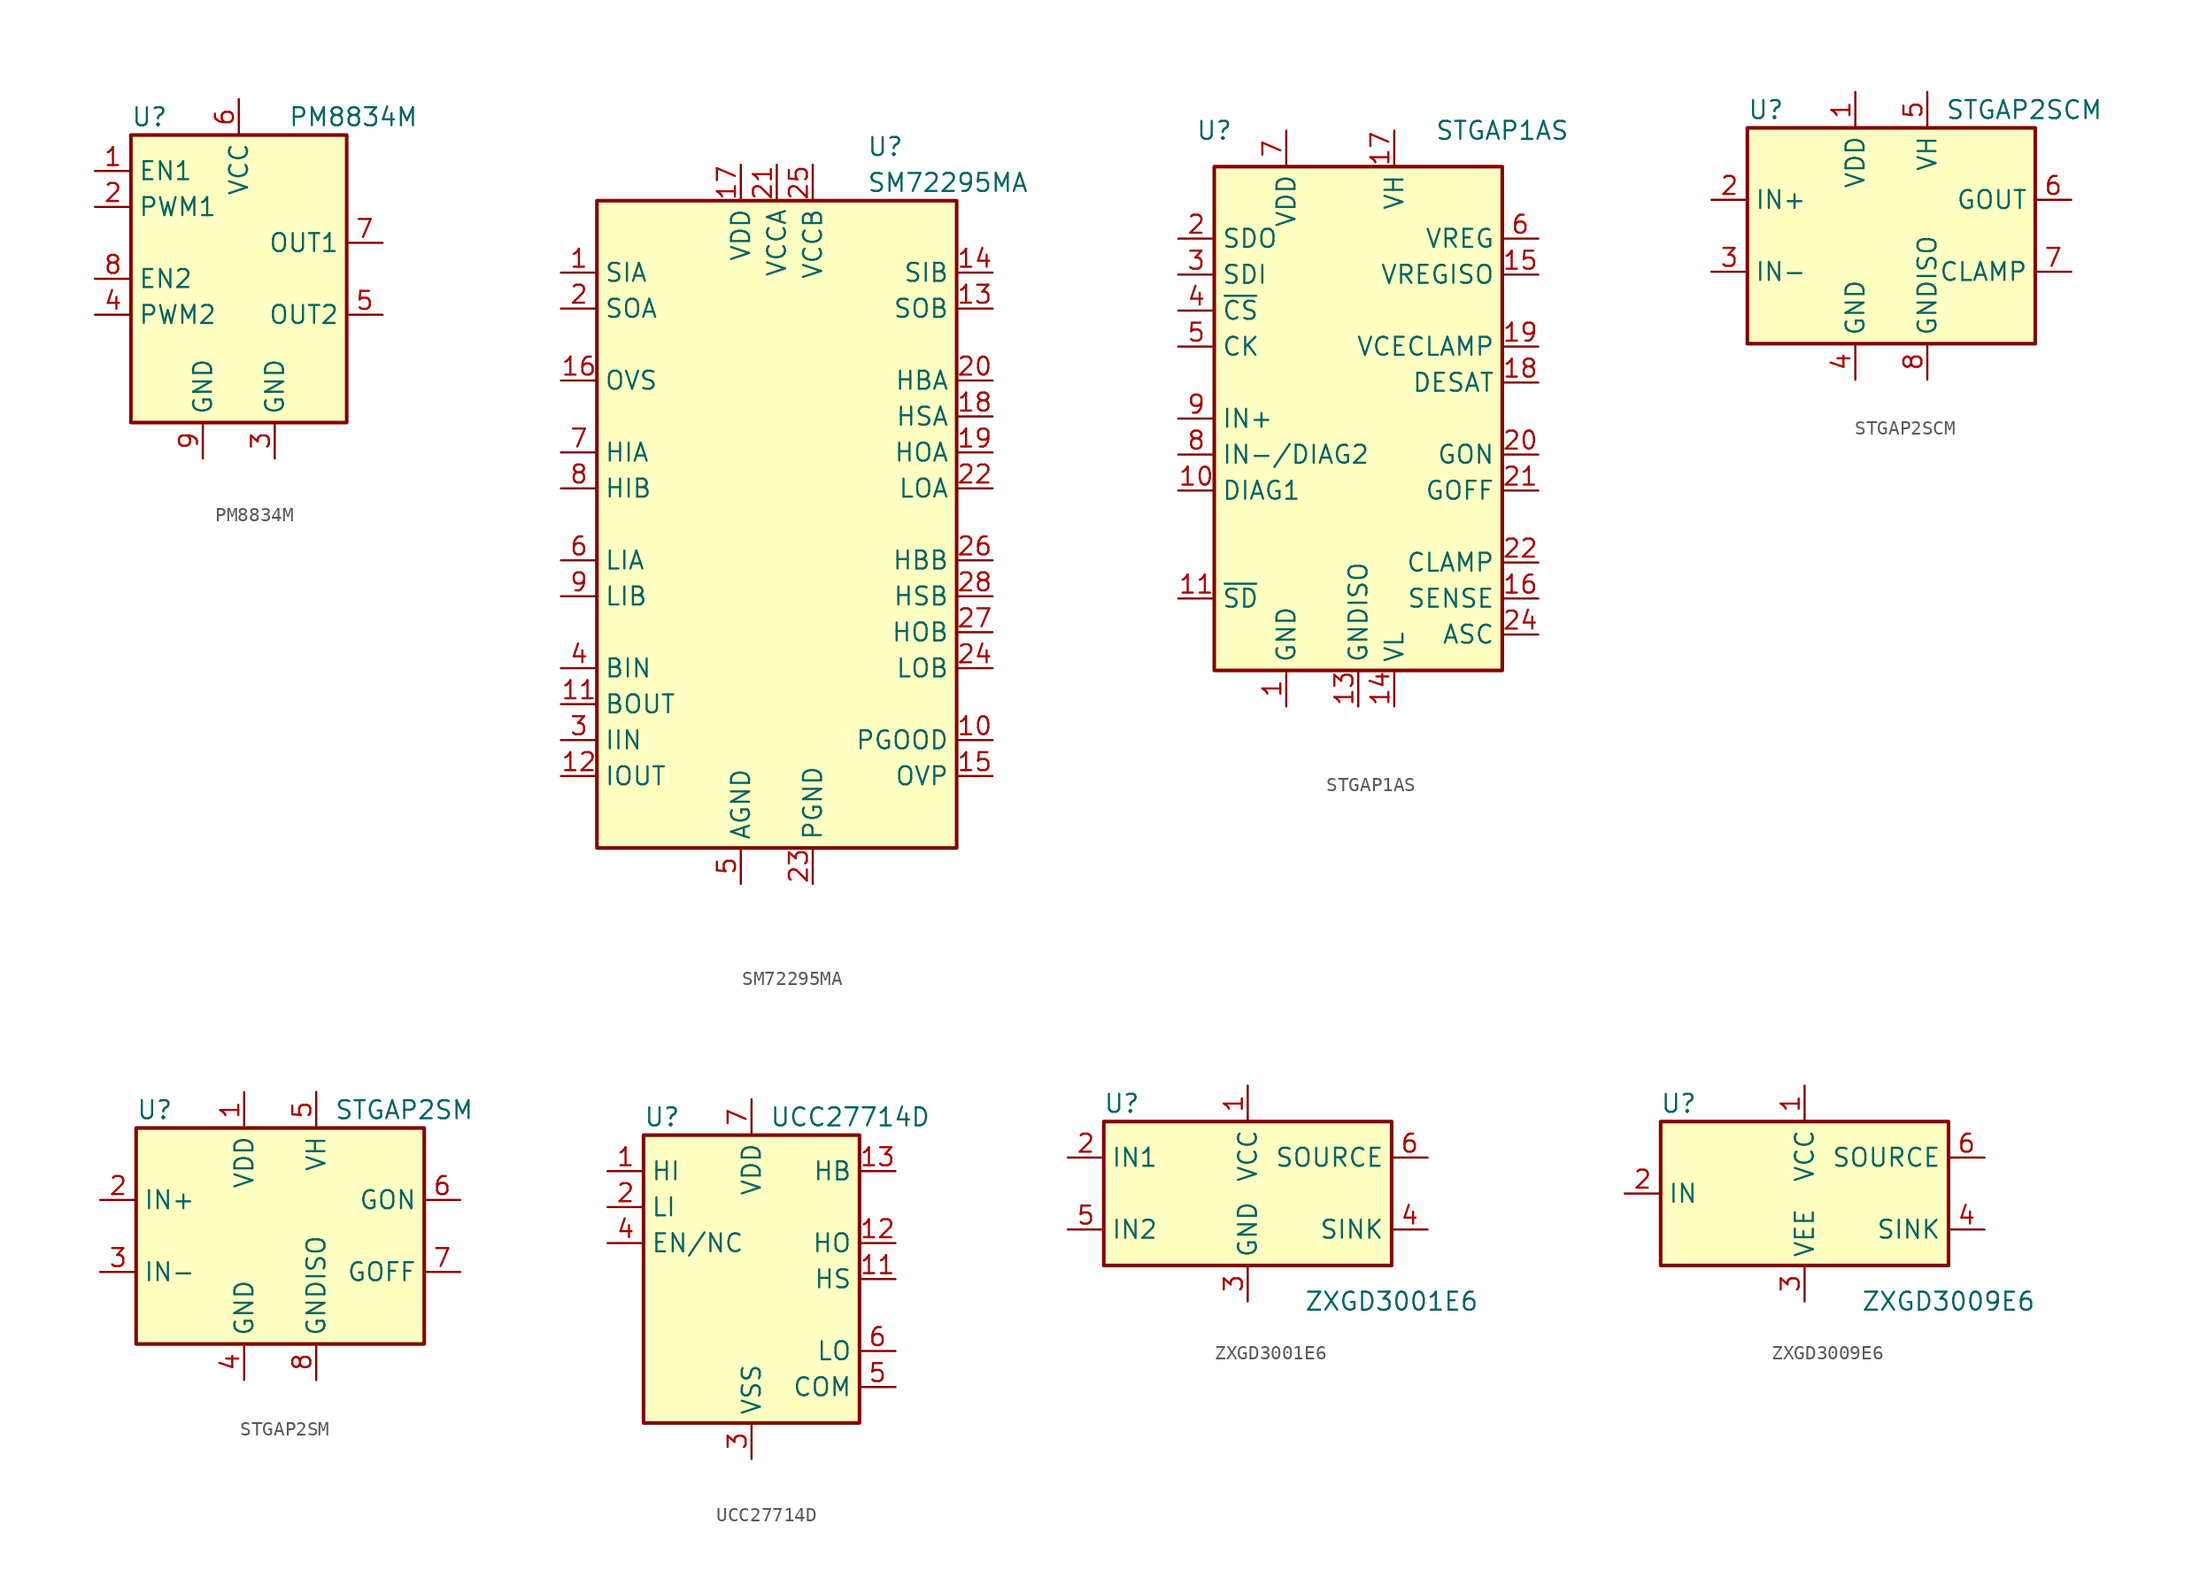
<source format=kicad_sym>
(kicad_symbol_lib
  (version 20201005)
  (generator kicad_symbol_editor)
  (symbol "Driver_FET:PM8834M"
    (property "Reference" "U"
      (at -7.62 11.43 0)
      (effects (font (size 1.27 1.27)) (justify left)))
    (property "Value" "PM8834M"
      (at 12.7 11.43 0)
      (effects (font (size 1.27 1.27)) (justify right)))
    (symbol "PM8834M_0_1"
      (rectangle (start -7.62 -10.16) (end 7.62 10.16) (stroke (width 0.254)) (fill (type background))))
    (symbol "PM8834M_1_1"
      (pin input line (at -10.16 7.62 0) (length 2.54) (name "EN1" (effects (font (size 1.27 1.27)))) (number "1" (effects (font (size 1.27 1.27)))))
      (pin input line (at -10.16 5.08 0) (length 2.54) (name "PWM1" (effects (font (size 1.27 1.27)))) (number "2" (effects (font (size 1.27 1.27)))))
      (pin power_in line (at 2.54 -12.7 90) (length 2.54) (name "GND" (effects (font (size 1.27 1.27)))) (number "3" (effects (font (size 1.27 1.27)))))
      (pin input line (at -10.16 -2.54 0) (length 2.54) (name "PWM2" (effects (font (size 1.27 1.27)))) (number "4" (effects (font (size 1.27 1.27)))))
      (pin output line (at 10.16 -2.54 180) (length 2.54) (name "OUT2" (effects (font (size 1.27 1.27)))) (number "5" (effects (font (size 1.27 1.27)))))
      (pin power_in line (at 0 12.7 270) (length 2.54) (name "VCC" (effects (font (size 1.27 1.27)))) (number "6" (effects (font (size 1.27 1.27)))))
      (pin output line (at 10.16 2.54 180) (length 2.54) (name "OUT1" (effects (font (size 1.27 1.27)))) (number "7" (effects (font (size 1.27 1.27)))))
      (pin input line (at -10.16 0 0) (length 2.54) (name "EN2" (effects (font (size 1.27 1.27)))) (number "8" (effects (font (size 1.27 1.27)))))
      (pin power_in line (at -2.54 -12.7 90) (length 2.54) (name "GND" (effects (font (size 1.27 1.27)))) (number "9" (effects (font (size 1.27 1.27)))))))
  (symbol "Driver_FET:SM72295MA"
    (property "Reference" "U"
      (at 6.35 26.67 0)
      (effects (font (size 1.27 1.27)) (justify left)))
    (property "Value" "SM72295MA"
      (at 6.35 24.13 0)
      (effects (font (size 1.27 1.27)) (justify left)))
    (symbol "SM72295MA_0_1"
      (rectangle (start -12.7 -22.86) (end 12.7 22.86) (stroke (width 0.254)) (fill (type background))))
    (symbol "SM72295MA_1_1"
      (pin input line (at -15.24 17.78 0) (length 2.54) (name "SIA" (effects (font (size 1.27 1.27)))) (number "1" (effects (font (size 1.27 1.27)))))
      (pin open_collector line (at 15.24 -15.24 180) (length 2.54) (name "PGOOD" (effects (font (size 1.27 1.27)))) (number "10" (effects (font (size 1.27 1.27)))))
      (pin output line (at -15.24 -12.7 0) (length 2.54) (name "BOUT" (effects (font (size 1.27 1.27)))) (number "11" (effects (font (size 1.27 1.27)))))
      (pin passive line (at -15.24 -17.78 0) (length 2.54) (name "IOUT" (effects (font (size 1.27 1.27)))) (number "12" (effects (font (size 1.27 1.27)))))
      (pin input line (at 15.24 15.24 180) (length 2.54) (name "SOB" (effects (font (size 1.27 1.27)))) (number "13" (effects (font (size 1.27 1.27)))))
      (pin input line (at 15.24 17.78 180) (length 2.54) (name "SIB" (effects (font (size 1.27 1.27)))) (number "14" (effects (font (size 1.27 1.27)))))
      (pin open_collector line (at 15.24 -17.78 180) (length 2.54) (name "OVP" (effects (font (size 1.27 1.27)))) (number "15" (effects (font (size 1.27 1.27)))))
      (pin input line (at -15.24 10.16 0) (length 2.54) (name "OVS" (effects (font (size 1.27 1.27)))) (number "16" (effects (font (size 1.27 1.27)))))
      (pin power_in line (at -2.54 25.4 270) (length 2.54) (name "VDD" (effects (font (size 1.27 1.27)))) (number "17" (effects (font (size 1.27 1.27)))))
      (pin passive line (at 15.24 7.62 180) (length 2.54) (name "HSA" (effects (font (size 1.27 1.27)))) (number "18" (effects (font (size 1.27 1.27)))))
      (pin output line (at 15.24 5.08 180) (length 2.54) (name "HOA" (effects (font (size 1.27 1.27)))) (number "19" (effects (font (size 1.27 1.27)))))
      (pin input line (at -15.24 15.24 0) (length 2.54) (name "SOA" (effects (font (size 1.27 1.27)))) (number "2" (effects (font (size 1.27 1.27)))))
      (pin passive line (at 15.24 10.16 180) (length 2.54) (name "HBA" (effects (font (size 1.27 1.27)))) (number "20" (effects (font (size 1.27 1.27)))))
      (pin power_in line (at 0 25.4 270) (length 2.54) (name "VCCA" (effects (font (size 1.27 1.27)))) (number "21" (effects (font (size 1.27 1.27)))))
      (pin output line (at 15.24 2.54 180) (length 2.54) (name "LOA" (effects (font (size 1.27 1.27)))) (number "22" (effects (font (size 1.27 1.27)))))
      (pin power_in line (at 2.54 -25.4 90) (length 2.54) (name "PGND" (effects (font (size 1.27 1.27)))) (number "23" (effects (font (size 1.27 1.27)))))
      (pin output line (at 15.24 -10.16 180) (length 2.54) (name "LOB" (effects (font (size 1.27 1.27)))) (number "24" (effects (font (size 1.27 1.27)))))
      (pin power_in line (at 2.54 25.4 270) (length 2.54) (name "VCCB" (effects (font (size 1.27 1.27)))) (number "25" (effects (font (size 1.27 1.27)))))
      (pin passive line (at 15.24 -2.54 180) (length 2.54) (name "HBB" (effects (font (size 1.27 1.27)))) (number "26" (effects (font (size 1.27 1.27)))))
      (pin output line (at 15.24 -7.62 180) (length 2.54) (name "HOB" (effects (font (size 1.27 1.27)))) (number "27" (effects (font (size 1.27 1.27)))))
      (pin passive line (at 15.24 -5.08 180) (length 2.54) (name "HSB" (effects (font (size 1.27 1.27)))) (number "28" (effects (font (size 1.27 1.27)))))
      (pin passive line (at -15.24 -15.24 0) (length 2.54) (name "IIN" (effects (font (size 1.27 1.27)))) (number "3" (effects (font (size 1.27 1.27)))))
      (pin output line (at -15.24 -10.16 0) (length 2.54) (name "BIN" (effects (font (size 1.27 1.27)))) (number "4" (effects (font (size 1.27 1.27)))))
      (pin power_in line (at -2.54 -25.4 90) (length 2.54) (name "AGND" (effects (font (size 1.27 1.27)))) (number "5" (effects (font (size 1.27 1.27)))))
      (pin input line (at -15.24 -2.54 0) (length 2.54) (name "LIA" (effects (font (size 1.27 1.27)))) (number "6" (effects (font (size 1.27 1.27)))))
      (pin input line (at -15.24 5.08 0) (length 2.54) (name "HIA" (effects (font (size 1.27 1.27)))) (number "7" (effects (font (size 1.27 1.27)))))
      (pin input line (at -15.24 2.54 0) (length 2.54) (name "HIB" (effects (font (size 1.27 1.27)))) (number "8" (effects (font (size 1.27 1.27)))))
      (pin input line (at -15.24 -5.08 0) (length 2.54) (name "LIB" (effects (font (size 1.27 1.27)))) (number "9" (effects (font (size 1.27 1.27)))))))
  (symbol "Driver_FET:STGAP1AS"
    (property "Reference" "U"
      (at -10.16 20.32 0)
      (effects (font (size 1.27 1.27))))
    (property "Value" "STGAP1AS"
      (at 10.16 20.32 0)
      (effects (font (size 1.27 1.27))))
    (symbol "STGAP1AS_0_1"
      (rectangle (start -10.16 -17.78) (end 10.16 17.78) (stroke (width 0.254)) (fill (type background))))
    (symbol "STGAP1AS_1_1"
      (pin power_in line (at -5.08 -20.32 90) (length 2.54) (name "GND" (effects (font (size 1.27 1.27)))) (number "1" (effects (font (size 1.27 1.27)))))
      (pin open_collector line (at -12.7 -5.08 0) (length 2.54) (name "DIAG1" (effects (font (size 1.27 1.27)))) (number "10" (effects (font (size 1.27 1.27)))))
      (pin input line (at -12.7 -12.7 0) (length 2.54) (name "~SD" (effects (font (size 1.27 1.27)))) (number "11" (effects (font (size 1.27 1.27)))))
      (pin passive line (at -5.08 -20.32 90) (length 2.54) hide (name "GND" (effects (font (size 1.27 1.27)))) (number "12" (effects (font (size 1.27 1.27)))))
      (pin power_in line (at 0 -20.32 90) (length 2.54) (name "GNDISO" (effects (font (size 1.27 1.27)))) (number "13" (effects (font (size 1.27 1.27)))))
      (pin power_in line (at 2.54 -20.32 90) (length 2.54) (name "VL" (effects (font (size 1.27 1.27)))) (number "14" (effects (font (size 1.27 1.27)))))
      (pin power_out line (at 12.7 10.16 180) (length 2.54) (name "VREGISO" (effects (font (size 1.27 1.27)))) (number "15" (effects (font (size 1.27 1.27)))))
      (pin input line (at 12.7 -12.7 180) (length 2.54) (name "SENSE" (effects (font (size 1.27 1.27)))) (number "16" (effects (font (size 1.27 1.27)))))
      (pin power_in line (at 2.54 20.32 270) (length 2.54) (name "VH" (effects (font (size 1.27 1.27)))) (number "17" (effects (font (size 1.27 1.27)))))
      (pin passive line (at 12.7 2.54 180) (length 2.54) (name "DESAT" (effects (font (size 1.27 1.27)))) (number "18" (effects (font (size 1.27 1.27)))))
      (pin input line (at 12.7 5.08 180) (length 2.54) (name "VCECLAMP" (effects (font (size 1.27 1.27)))) (number "19" (effects (font (size 1.27 1.27)))))
      (pin output line (at -12.7 12.7 0) (length 2.54) (name "SDO" (effects (font (size 1.27 1.27)))) (number "2" (effects (font (size 1.27 1.27)))))
      (pin output line (at 12.7 -2.54 180) (length 2.54) (name "GON" (effects (font (size 1.27 1.27)))) (number "20" (effects (font (size 1.27 1.27)))))
      (pin output line (at 12.7 -5.08 180) (length 2.54) (name "GOFF" (effects (font (size 1.27 1.27)))) (number "21" (effects (font (size 1.27 1.27)))))
      (pin output line (at 12.7 -10.16 180) (length 2.54) (name "CLAMP" (effects (font (size 1.27 1.27)))) (number "22" (effects (font (size 1.27 1.27)))))
      (pin passive line (at 2.54 -20.32 90) (length 2.54) hide (name "VL" (effects (font (size 1.27 1.27)))) (number "23" (effects (font (size 1.27 1.27)))))
      (pin input line (at 12.7 -15.24 180) (length 2.54) (name "ASC" (effects (font (size 1.27 1.27)))) (number "24" (effects (font (size 1.27 1.27)))))
      (pin input line (at -12.7 10.16 0) (length 2.54) (name "SDI" (effects (font (size 1.27 1.27)))) (number "3" (effects (font (size 1.27 1.27)))))
      (pin input line (at -12.7 7.62 0) (length 2.54) (name "~CS" (effects (font (size 1.27 1.27)))) (number "4" (effects (font (size 1.27 1.27)))))
      (pin input line (at -12.7 5.08 0) (length 2.54) (name "CK" (effects (font (size 1.27 1.27)))) (number "5" (effects (font (size 1.27 1.27)))))
      (pin power_out line (at 12.7 12.7 180) (length 2.54) (name "VREG" (effects (font (size 1.27 1.27)))) (number "6" (effects (font (size 1.27 1.27)))))
      (pin power_in line (at -5.08 20.32 270) (length 2.54) (name "VDD" (effects (font (size 1.27 1.27)))) (number "7" (effects (font (size 1.27 1.27)))))
      (pin bidirectional line (at -12.7 -2.54 0) (length 2.54) (name "IN-/DIAG2" (effects (font (size 1.27 1.27)))) (number "8" (effects (font (size 1.27 1.27)))))
      (pin input line (at -12.7 0 0) (length 2.54) (name "IN+" (effects (font (size 1.27 1.27)))) (number "9" (effects (font (size 1.27 1.27)))))))
  (symbol "Driver_FET:STGAP2SCM"
    (property "Reference" "U"
      (at -10.16 8.89 0)
      (effects (font (size 1.27 1.27)) (justify left)))
    (property "Value" "STGAP2SCM"
      (at 3.81 8.89 0)
      (effects (font (size 1.27 1.27)) (justify left)))
    (symbol "STGAP2SCM_0_1"
      (rectangle (start -10.16 -7.62) (end 10.16 7.62) (stroke (width 0.254)) (fill (type background))))
    (symbol "STGAP2SCM_1_1"
      (pin power_in line (at -2.54 10.16 270) (length 2.54) (name "VDD" (effects (font (size 1.27 1.27)))) (number "1" (effects (font (size 1.27 1.27)))))
      (pin input line (at -12.7 2.54 0) (length 2.54) (name "IN+" (effects (font (size 1.27 1.27)))) (number "2" (effects (font (size 1.27 1.27)))))
      (pin input line (at -12.7 -2.54 0) (length 2.54) (name "IN-" (effects (font (size 1.27 1.27)))) (number "3" (effects (font (size 1.27 1.27)))))
      (pin power_in line (at -2.54 -10.16 90) (length 2.54) (name "GND" (effects (font (size 1.27 1.27)))) (number "4" (effects (font (size 1.27 1.27)))))
      (pin power_in line (at 2.54 10.16 270) (length 2.54) (name "VH" (effects (font (size 1.27 1.27)))) (number "5" (effects (font (size 1.27 1.27)))))
      (pin output line (at 12.7 2.54 180) (length 2.54) (name "GOUT" (effects (font (size 1.27 1.27)))) (number "6" (effects (font (size 1.27 1.27)))))
      (pin output line (at 12.7 -2.54 180) (length 2.54) (name "CLAMP" (effects (font (size 1.27 1.27)))) (number "7" (effects (font (size 1.27 1.27)))))
      (pin power_in line (at 2.54 -10.16 90) (length 2.54) (name "GNDISO" (effects (font (size 1.27 1.27)))) (number "8" (effects (font (size 1.27 1.27)))))))
  (symbol "Driver_FET:STGAP2SM"
    (property "Reference" "U"
      (at -10.16 8.89 0)
      (effects (font (size 1.27 1.27)) (justify left)))
    (property "Value" "STGAP2SM"
      (at 3.81 8.89 0)
      (effects (font (size 1.27 1.27)) (justify left)))
    (symbol "STGAP2SM_0_1"
      (rectangle (start -10.16 -7.62) (end 10.16 7.62) (stroke (width 0.254)) (fill (type background))))
    (symbol "STGAP2SM_1_1"
      (pin power_in line (at -2.54 10.16 270) (length 2.54) (name "VDD" (effects (font (size 1.27 1.27)))) (number "1" (effects (font (size 1.27 1.27)))))
      (pin input line (at -12.7 2.54 0) (length 2.54) (name "IN+" (effects (font (size 1.27 1.27)))) (number "2" (effects (font (size 1.27 1.27)))))
      (pin input line (at -12.7 -2.54 0) (length 2.54) (name "IN-" (effects (font (size 1.27 1.27)))) (number "3" (effects (font (size 1.27 1.27)))))
      (pin power_in line (at -2.54 -10.16 90) (length 2.54) (name "GND" (effects (font (size 1.27 1.27)))) (number "4" (effects (font (size 1.27 1.27)))))
      (pin power_in line (at 2.54 10.16 270) (length 2.54) (name "VH" (effects (font (size 1.27 1.27)))) (number "5" (effects (font (size 1.27 1.27)))))
      (pin output line (at 12.7 2.54 180) (length 2.54) (name "GON" (effects (font (size 1.27 1.27)))) (number "6" (effects (font (size 1.27 1.27)))))
      (pin output line (at 12.7 -2.54 180) (length 2.54) (name "GOFF" (effects (font (size 1.27 1.27)))) (number "7" (effects (font (size 1.27 1.27)))))
      (pin power_in line (at 2.54 -10.16 90) (length 2.54) (name "GNDISO" (effects (font (size 1.27 1.27)))) (number "8" (effects (font (size 1.27 1.27)))))))
  (symbol "Driver_FET:UCC27714D"
    (property "Reference" "U"
      (at -7.62 11.43 0)
      (effects (font (size 1.27 1.27)) (justify left)))
    (property "Value" "UCC27714D"
      (at 1.27 11.43 0)
      (effects (font (size 1.27 1.27)) (justify left)))
    (symbol "UCC27714D_0_1"
      (rectangle (start -7.62 10.16) (end 7.62 -10.16) (stroke (width 0.254)) (fill (type background))))
    (symbol "UCC27714D_1_1"
      (pin input line (at -10.16 7.62 0) (length 2.54) (name "HI" (effects (font (size 1.27 1.27)))) (number "1" (effects (font (size 1.27 1.27)))))
      (pin no_connect line (at -7.62 -5.08 0) (length 2.54) hide (name "NC" (effects (font (size 1.27 1.27)))) (number "10" (effects (font (size 1.27 1.27)))))
      (pin passive line (at 10.16 0 180) (length 2.54) (name "HS" (effects (font (size 1.27 1.27)))) (number "11" (effects (font (size 1.27 1.27)))))
      (pin output line (at 10.16 2.54 180) (length 2.54) (name "HO" (effects (font (size 1.27 1.27)))) (number "12" (effects (font (size 1.27 1.27)))))
      (pin input line (at 10.16 7.62 180) (length 2.54) (name "HB" (effects (font (size 1.27 1.27)))) (number "13" (effects (font (size 1.27 1.27)))))
      (pin no_connect line (at -7.62 -7.62 0) (length 2.54) hide (name "NC" (effects (font (size 1.27 1.27)))) (number "14" (effects (font (size 1.27 1.27)))))
      (pin input line (at -10.16 5.08 0) (length 2.54) (name "LI" (effects (font (size 1.27 1.27)))) (number "2" (effects (font (size 1.27 1.27)))))
      (pin power_in line (at 0 -12.7 90) (length 2.54) (name "VSS" (effects (font (size 1.27 1.27)))) (number "3" (effects (font (size 1.27 1.27)))))
      (pin input line (at -10.16 2.54 0) (length 2.54) (name "EN/NC" (effects (font (size 1.27 1.27)))) (number "4" (effects (font (size 1.27 1.27)))))
      (pin passive line (at 10.16 -7.62 180) (length 2.54) (name "COM" (effects (font (size 1.27 1.27)))) (number "5" (effects (font (size 1.27 1.27)))))
      (pin output line (at 10.16 -5.08 180) (length 2.54) (name "LO" (effects (font (size 1.27 1.27)))) (number "6" (effects (font (size 1.27 1.27)))))
      (pin power_in line (at 0 12.7 270) (length 2.54) (name "VDD" (effects (font (size 1.27 1.27)))) (number "7" (effects (font (size 1.27 1.27)))))
      (pin no_connect line (at -7.62 0 0) (length 2.54) hide (name "NC" (effects (font (size 1.27 1.27)))) (number "8" (effects (font (size 1.27 1.27)))))
      (pin no_connect line (at -7.62 -2.54 0) (length 2.54) hide (name "NC" (effects (font (size 1.27 1.27)))) (number "9" (effects (font (size 1.27 1.27)))))))
  (symbol "Driver_FET:ZXGD3001E6"
    (property "Reference" "U"
      (at -8.89 6.35 0)
      (effects (font (size 1.27 1.27))))
    (property "Value" "ZXGD3001E6"
      (at 10.16 -7.62 0)
      (effects (font (size 1.27 1.27))))
    (symbol "ZXGD3001E6_0_1"
      (rectangle (start -10.16 5.08) (end 10.16 -5.08) (stroke (width 0.254)) (fill (type background))))
    (symbol "ZXGD3001E6_1_1"
      (pin power_in line (at 0 7.62 270) (length 2.54) (name "VCC" (effects (font (size 1.27 1.27)))) (number "1" (effects (font (size 1.27 1.27)))))
      (pin input line (at -12.7 2.54 0) (length 2.54) (name "IN1" (effects (font (size 1.27 1.27)))) (number "2" (effects (font (size 1.27 1.27)))))
      (pin power_in line (at 0 -7.62 90) (length 2.54) (name "GND" (effects (font (size 1.27 1.27)))) (number "3" (effects (font (size 1.27 1.27)))))
      (pin open_collector line (at 12.7 -2.54 180) (length 2.54) (name "SINK" (effects (font (size 1.27 1.27)))) (number "4" (effects (font (size 1.27 1.27)))))
      (pin input line (at -12.7 -2.54 0) (length 2.54) (name "IN2" (effects (font (size 1.27 1.27)))) (number "5" (effects (font (size 1.27 1.27)))))
      (pin open_emitter line (at 12.7 2.54 180) (length 2.54) (name "SOURCE" (effects (font (size 1.27 1.27)))) (number "6" (effects (font (size 1.27 1.27)))))))
  (symbol "Driver_FET:ZXGD3009E6"
    (property "Reference" "U"
      (at -8.89 6.35 0)
      (effects (font (size 1.27 1.27))))
    (property "Value" "ZXGD3009E6"
      (at 10.16 -7.62 0)
      (effects (font (size 1.27 1.27))))
    (symbol "ZXGD3009E6_0_1"
      (rectangle (start -10.16 5.08) (end 10.16 -5.08) (stroke (width 0.254)) (fill (type background))))
    (symbol "ZXGD3009E6_1_1"
      (pin power_in line (at 0 7.62 270) (length 2.54) (name "VCC" (effects (font (size 1.27 1.27)))) (number "1" (effects (font (size 1.27 1.27)))))
      (pin input line (at -12.7 0 0) (length 2.54) (name "IN" (effects (font (size 1.27 1.27)))) (number "2" (effects (font (size 1.27 1.27)))))
      (pin power_in line (at 0 -7.62 90) (length 2.54) (name "VEE" (effects (font (size 1.27 1.27)))) (number "3" (effects (font (size 1.27 1.27)))))
      (pin open_collector line (at 12.7 -2.54 180) (length 2.54) (name "SINK" (effects (font (size 1.27 1.27)))) (number "4" (effects (font (size 1.27 1.27)))))
      (pin no_connect line (at 10.16 0 180) (length 2.54) hide (name "NC" (effects (font (size 1.27 1.27)))) (number "5" (effects (font (size 1.27 1.27)))))
      (pin open_emitter line (at 12.7 2.54 180) (length 2.54) (name "SOURCE" (effects (font (size 1.27 1.27)))) (number "6" (effects (font (size 1.27 1.27))))))))
</source>
